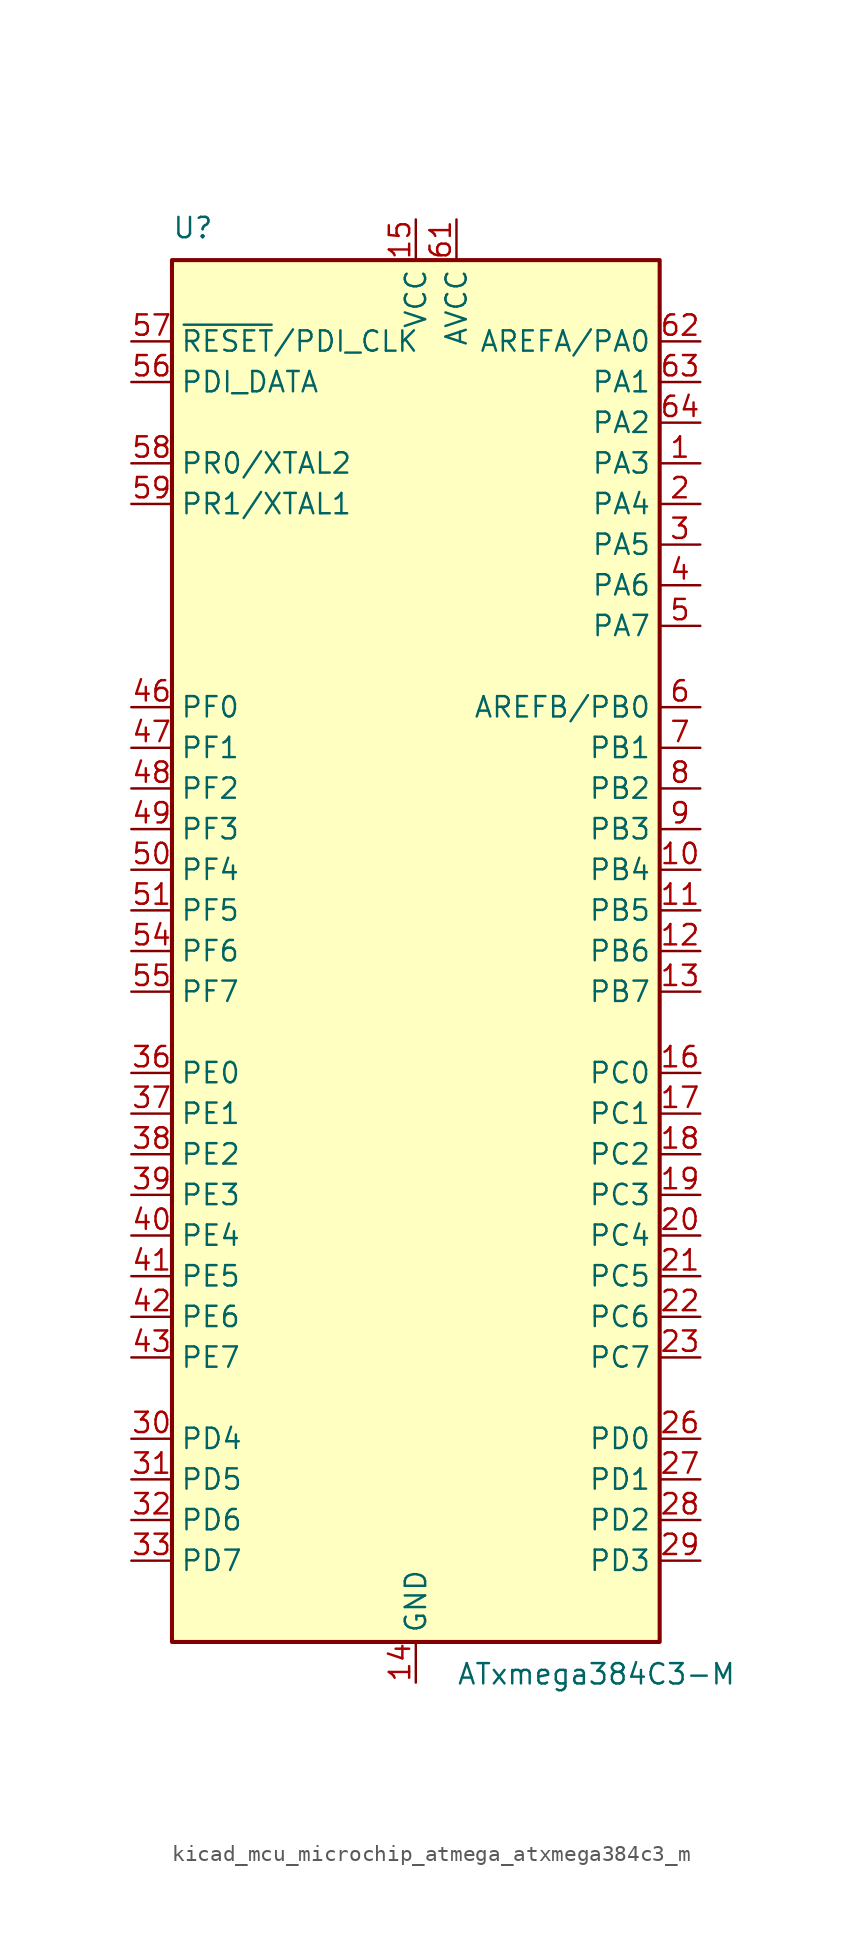
<source format=kicad_sym>
(kicad_symbol_lib
  (version 20220914)
  (generator kicad_symbol_editor)
  (symbol "kicad_mcu_microchip_atmega_atxmega384c3_m"
    (property "Reference" "U"
      (at -15.24 44.45 0)
      (effects (font (size 1.27 1.27)) (justify left bottom)))
    (property "Value" "ATxmega384C3-M"
      (at 2.54 -44.45 0)
      (effects (font (size 1.27 1.27)) (justify left top)))
    (symbol "kicad_mcu_microchip_atmega_atxmega384c3_m_0_1"
      (rectangle (start -15.24 -43.18) (end 15.24 43.18) (stroke (width 0.254) (type default)) (fill (type background))))
    (symbol "kicad_mcu_microchip_atmega_atxmega384c3_m_1_1"
      (pin bidirectional line (at 17.78 30.48 180) (length 2.54) (name "PA3" (effects (font (size 1.27 1.27)))) (number "1" (effects (font (size 1.27 1.27)))))
      (pin bidirectional line (at 17.78 5.08 180) (length 2.54) (name "PB4" (effects (font (size 1.27 1.27)))) (number "10" (effects (font (size 1.27 1.27)))))
      (pin bidirectional line (at 17.78 2.54 180) (length 2.54) (name "PB5" (effects (font (size 1.27 1.27)))) (number "11" (effects (font (size 1.27 1.27)))))
      (pin bidirectional line (at 17.78 0 180) (length 2.54) (name "PB6" (effects (font (size 1.27 1.27)))) (number "12" (effects (font (size 1.27 1.27)))))
      (pin bidirectional line (at 17.78 -2.54 180) (length 2.54) (name "PB7" (effects (font (size 1.27 1.27)))) (number "13" (effects (font (size 1.27 1.27)))))
      (pin power_in line (at 0 -45.72 90) (length 2.54) (name "GND" (effects (font (size 1.27 1.27)))) (number "14" (effects (font (size 1.27 1.27)))))
      (pin power_in line (at 0 45.72 270) (length 2.54) (name "VCC" (effects (font (size 1.27 1.27)))) (number "15" (effects (font (size 1.27 1.27)))))
      (pin bidirectional line (at 17.78 -7.62 180) (length 2.54) (name "PC0" (effects (font (size 1.27 1.27)))) (number "16" (effects (font (size 1.27 1.27)))))
      (pin bidirectional line (at 17.78 -10.16 180) (length 2.54) (name "PC1" (effects (font (size 1.27 1.27)))) (number "17" (effects (font (size 1.27 1.27)))))
      (pin bidirectional line (at 17.78 -12.7 180) (length 2.54) (name "PC2" (effects (font (size 1.27 1.27)))) (number "18" (effects (font (size 1.27 1.27)))))
      (pin bidirectional line (at 17.78 -15.24 180) (length 2.54) (name "PC3" (effects (font (size 1.27 1.27)))) (number "19" (effects (font (size 1.27 1.27)))))
      (pin bidirectional line (at 17.78 27.94 180) (length 2.54) (name "PA4" (effects (font (size 1.27 1.27)))) (number "2" (effects (font (size 1.27 1.27)))))
      (pin bidirectional line (at 17.78 -17.78 180) (length 2.54) (name "PC4" (effects (font (size 1.27 1.27)))) (number "20" (effects (font (size 1.27 1.27)))))
      (pin bidirectional line (at 17.78 -20.32 180) (length 2.54) (name "PC5" (effects (font (size 1.27 1.27)))) (number "21" (effects (font (size 1.27 1.27)))))
      (pin bidirectional line (at 17.78 -22.86 180) (length 2.54) (name "PC6" (effects (font (size 1.27 1.27)))) (number "22" (effects (font (size 1.27 1.27)))))
      (pin bidirectional line (at 17.78 -25.4 180) (length 2.54) (name "PC7" (effects (font (size 1.27 1.27)))) (number "23" (effects (font (size 1.27 1.27)))))
      (pin passive line (at 0 -45.72 90) (length 2.54) hide (name "GND" (effects (font (size 1.27 1.27)))) (number "24" (effects (font (size 1.27 1.27)))))
      (pin passive line (at 0 45.72 270) (length 2.54) hide (name "VCC" (effects (font (size 1.27 1.27)))) (number "25" (effects (font (size 1.27 1.27)))))
      (pin bidirectional line (at 17.78 -30.48 180) (length 2.54) (name "PD0" (effects (font (size 1.27 1.27)))) (number "26" (effects (font (size 1.27 1.27)))))
      (pin bidirectional line (at 17.78 -33.02 180) (length 2.54) (name "PD1" (effects (font (size 1.27 1.27)))) (number "27" (effects (font (size 1.27 1.27)))))
      (pin bidirectional line (at 17.78 -35.56 180) (length 2.54) (name "PD2" (effects (font (size 1.27 1.27)))) (number "28" (effects (font (size 1.27 1.27)))))
      (pin bidirectional line (at 17.78 -38.1 180) (length 2.54) (name "PD3" (effects (font (size 1.27 1.27)))) (number "29" (effects (font (size 1.27 1.27)))))
      (pin bidirectional line (at 17.78 25.4 180) (length 2.54) (name "PA5" (effects (font (size 1.27 1.27)))) (number "3" (effects (font (size 1.27 1.27)))))
      (pin bidirectional line (at -17.78 -30.48 0) (length 2.54) (name "PD4" (effects (font (size 1.27 1.27)))) (number "30" (effects (font (size 1.27 1.27)))))
      (pin bidirectional line (at -17.78 -33.02 0) (length 2.54) (name "PD5" (effects (font (size 1.27 1.27)))) (number "31" (effects (font (size 1.27 1.27)))))
      (pin bidirectional line (at -17.78 -35.56 0) (length 2.54) (name "PD6" (effects (font (size 1.27 1.27)))) (number "32" (effects (font (size 1.27 1.27)))))
      (pin bidirectional line (at -17.78 -38.1 0) (length 2.54) (name "PD7" (effects (font (size 1.27 1.27)))) (number "33" (effects (font (size 1.27 1.27)))))
      (pin passive line (at 0 -45.72 90) (length 2.54) hide (name "GND" (effects (font (size 1.27 1.27)))) (number "34" (effects (font (size 1.27 1.27)))))
      (pin passive line (at 0 45.72 270) (length 2.54) hide (name "VCC" (effects (font (size 1.27 1.27)))) (number "35" (effects (font (size 1.27 1.27)))))
      (pin bidirectional line (at -17.78 -7.62 0) (length 2.54) (name "PE0" (effects (font (size 1.27 1.27)))) (number "36" (effects (font (size 1.27 1.27)))))
      (pin bidirectional line (at -17.78 -10.16 0) (length 2.54) (name "PE1" (effects (font (size 1.27 1.27)))) (number "37" (effects (font (size 1.27 1.27)))))
      (pin bidirectional line (at -17.78 -12.7 0) (length 2.54) (name "PE2" (effects (font (size 1.27 1.27)))) (number "38" (effects (font (size 1.27 1.27)))))
      (pin bidirectional line (at -17.78 -15.24 0) (length 2.54) (name "PE3" (effects (font (size 1.27 1.27)))) (number "39" (effects (font (size 1.27 1.27)))))
      (pin bidirectional line (at 17.78 22.86 180) (length 2.54) (name "PA6" (effects (font (size 1.27 1.27)))) (number "4" (effects (font (size 1.27 1.27)))))
      (pin bidirectional line (at -17.78 -17.78 0) (length 2.54) (name "PE4" (effects (font (size 1.27 1.27)))) (number "40" (effects (font (size 1.27 1.27)))))
      (pin bidirectional line (at -17.78 -20.32 0) (length 2.54) (name "PE5" (effects (font (size 1.27 1.27)))) (number "41" (effects (font (size 1.27 1.27)))))
      (pin bidirectional line (at -17.78 -22.86 0) (length 2.54) (name "PE6" (effects (font (size 1.27 1.27)))) (number "42" (effects (font (size 1.27 1.27)))))
      (pin bidirectional line (at -17.78 -25.4 0) (length 2.54) (name "PE7" (effects (font (size 1.27 1.27)))) (number "43" (effects (font (size 1.27 1.27)))))
      (pin passive line (at 0 -45.72 90) (length 2.54) hide (name "GND" (effects (font (size 1.27 1.27)))) (number "44" (effects (font (size 1.27 1.27)))))
      (pin passive line (at 0 45.72 270) (length 2.54) hide (name "VCC" (effects (font (size 1.27 1.27)))) (number "45" (effects (font (size 1.27 1.27)))))
      (pin bidirectional line (at -17.78 15.24 0) (length 2.54) (name "PF0" (effects (font (size 1.27 1.27)))) (number "46" (effects (font (size 1.27 1.27)))))
      (pin bidirectional line (at -17.78 12.7 0) (length 2.54) (name "PF1" (effects (font (size 1.27 1.27)))) (number "47" (effects (font (size 1.27 1.27)))))
      (pin bidirectional line (at -17.78 10.16 0) (length 2.54) (name "PF2" (effects (font (size 1.27 1.27)))) (number "48" (effects (font (size 1.27 1.27)))))
      (pin bidirectional line (at -17.78 7.62 0) (length 2.54) (name "PF3" (effects (font (size 1.27 1.27)))) (number "49" (effects (font (size 1.27 1.27)))))
      (pin bidirectional line (at 17.78 20.32 180) (length 2.54) (name "PA7" (effects (font (size 1.27 1.27)))) (number "5" (effects (font (size 1.27 1.27)))))
      (pin bidirectional line (at -17.78 5.08 0) (length 2.54) (name "PF4" (effects (font (size 1.27 1.27)))) (number "50" (effects (font (size 1.27 1.27)))))
      (pin bidirectional line (at -17.78 2.54 0) (length 2.54) (name "PF5" (effects (font (size 1.27 1.27)))) (number "51" (effects (font (size 1.27 1.27)))))
      (pin passive line (at 0 -45.72 90) (length 2.54) hide (name "GND" (effects (font (size 1.27 1.27)))) (number "52" (effects (font (size 1.27 1.27)))))
      (pin passive line (at 0 45.72 270) (length 2.54) hide (name "VCC" (effects (font (size 1.27 1.27)))) (number "53" (effects (font (size 1.27 1.27)))))
      (pin bidirectional line (at -17.78 0 0) (length 2.54) (name "PF6" (effects (font (size 1.27 1.27)))) (number "54" (effects (font (size 1.27 1.27)))))
      (pin bidirectional line (at -17.78 -2.54 0) (length 2.54) (name "PF7" (effects (font (size 1.27 1.27)))) (number "55" (effects (font (size 1.27 1.27)))))
      (pin bidirectional line (at -17.78 35.56 0) (length 2.54) (name "PDI_DATA" (effects (font (size 1.27 1.27)))) (number "56" (effects (font (size 1.27 1.27)))))
      (pin input line (at -17.78 38.1 0) (length 2.54) (name "~{RESET}/PDI_CLK" (effects (font (size 1.27 1.27)))) (number "57" (effects (font (size 1.27 1.27)))))
      (pin bidirectional line (at -17.78 30.48 0) (length 2.54) (name "PR0/XTAL2" (effects (font (size 1.27 1.27)))) (number "58" (effects (font (size 1.27 1.27)))))
      (pin bidirectional line (at -17.78 27.94 0) (length 2.54) (name "PR1/XTAL1" (effects (font (size 1.27 1.27)))) (number "59" (effects (font (size 1.27 1.27)))))
      (pin bidirectional line (at 17.78 15.24 180) (length 2.54) (name "AREFB/PB0" (effects (font (size 1.27 1.27)))) (number "6" (effects (font (size 1.27 1.27)))))
      (pin passive line (at 0 -45.72 90) (length 2.54) hide (name "GND" (effects (font (size 1.27 1.27)))) (number "60" (effects (font (size 1.27 1.27)))))
      (pin power_in line (at 2.54 45.72 270) (length 2.54) (name "AVCC" (effects (font (size 1.27 1.27)))) (number "61" (effects (font (size 1.27 1.27)))))
      (pin bidirectional line (at 17.78 38.1 180) (length 2.54) (name "AREFA/PA0" (effects (font (size 1.27 1.27)))) (number "62" (effects (font (size 1.27 1.27)))))
      (pin bidirectional line (at 17.78 35.56 180) (length 2.54) (name "PA1" (effects (font (size 1.27 1.27)))) (number "63" (effects (font (size 1.27 1.27)))))
      (pin bidirectional line (at 17.78 33.02 180) (length 2.54) (name "PA2" (effects (font (size 1.27 1.27)))) (number "64" (effects (font (size 1.27 1.27)))))
      (pin passive line (at 0 -45.72 90) (length 2.54) hide (name "GND" (effects (font (size 1.27 1.27)))) (number "65" (effects (font (size 1.27 1.27)))))
      (pin bidirectional line (at 17.78 12.7 180) (length 2.54) (name "PB1" (effects (font (size 1.27 1.27)))) (number "7" (effects (font (size 1.27 1.27)))))
      (pin bidirectional line (at 17.78 10.16 180) (length 2.54) (name "PB2" (effects (font (size 1.27 1.27)))) (number "8" (effects (font (size 1.27 1.27)))))
      (pin bidirectional line (at 17.78 7.62 180) (length 2.54) (name "PB3" (effects (font (size 1.27 1.27)))) (number "9" (effects (font (size 1.27 1.27))))))))
</source>
